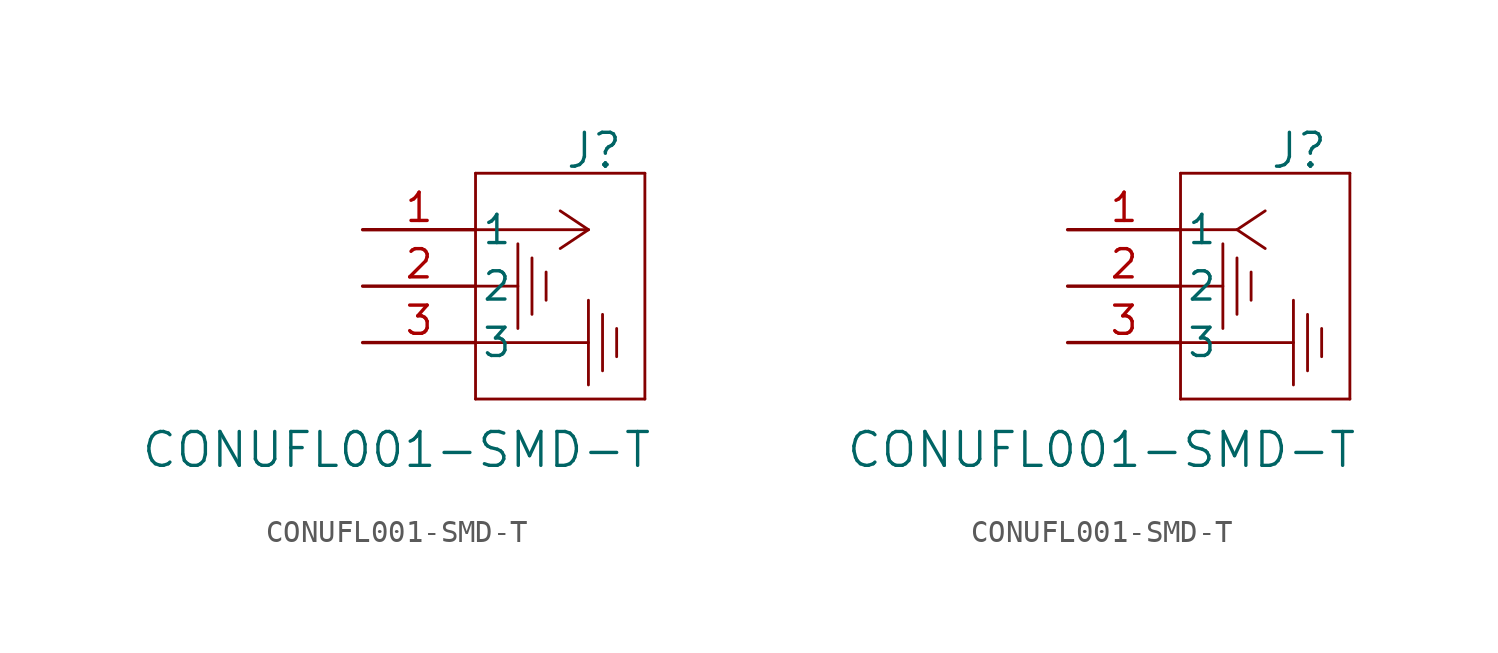
<source format=kicad_sym>
(kicad_symbol_lib
  (version 20231120)
  (generator "kicad_symbol_editor")
  (generator_version "8.0")
  (symbol "CONUFL001-SMD-T"
    (pin_names
      (offset 0.254))
    (property "Reference" "J"
      (at 10.414 3.556 0)
      (effects (font (size 1.524 1.524))))
    (property "Value" "CONUFL001-SMD-T"
      (at 1.524 -9.906 0)
      (effects (font (size 1.524 1.524))))
    (property "ki_locked" ""
      (at 0 0 0)
      (effects (font (size 1.27 1.27))))
    (symbol "CONUFL001-SMD-T_1_1"
      (polyline (pts (xy 5.08 -7.62) (xy 12.7 -7.62)) (stroke (width 0.127) (type default)) (fill (type none)))
      (polyline (pts (xy 5.08 -5.08) (xy 10.16 -5.08)) (stroke (width 0.127) (type default)) (fill (type none)))
      (polyline (pts (xy 5.08 -2.54) (xy 6.985 -2.54)) (stroke (width 0.127) (type default)) (fill (type none)))
      (polyline (pts (xy 5.08 2.54) (xy 5.08 -7.62)) (stroke (width 0.127) (type default)) (fill (type none)))
      (polyline (pts (xy 6.985 -0.635) (xy 6.985 -4.445)) (stroke (width 0.127) (type default)) (fill (type none)))
      (polyline (pts (xy 7.62 -1.27) (xy 7.62 -3.81)) (stroke (width 0.127) (type default)) (fill (type none)))
      (polyline (pts (xy 8.255 -1.905) (xy 8.255 -3.175)) (stroke (width 0.127) (type default)) (fill (type none)))
      (polyline (pts (xy 10.16 -3.175) (xy 10.16 -6.985)) (stroke (width 0.127) (type default)) (fill (type none)))
      (polyline (pts (xy 10.16 0) (xy 5.08 0)) (stroke (width 0.127) (type default)) (fill (type none)))
      (polyline (pts (xy 10.16 0) (xy 8.89 -0.847)) (stroke (width 0.127) (type default)) (fill (type none)))
      (polyline (pts (xy 10.16 0) (xy 8.89 0.847)) (stroke (width 0.127) (type default)) (fill (type none)))
      (polyline (pts (xy 10.795 -3.81) (xy 10.795 -6.35)) (stroke (width 0.127) (type default)) (fill (type none)))
      (polyline (pts (xy 11.43 -4.445) (xy 11.43 -5.715)) (stroke (width 0.127) (type default)) (fill (type none)))
      (polyline (pts (xy 12.7 -7.62) (xy 12.7 2.54)) (stroke (width 0.127) (type default)) (fill (type none)))
      (polyline (pts (xy 12.7 2.54) (xy 5.08 2.54)) (stroke (width 0.127) (type default)) (fill (type none)))
      (pin unspecified line (at 0 0 0) (length 5.08) (name "1" (effects (font (size 1.27 1.27)))) (number "1" (effects (font (size 1.27 1.27)))))
      (pin unspecified line (at 0 -2.54 0) (length 5.08) (name "2" (effects (font (size 1.27 1.27)))) (number "2" (effects (font (size 1.27 1.27)))))
      (pin unspecified line (at 0 -5.08 0) (length 5.08) (name "3" (effects (font (size 1.27 1.27)))) (number "3" (effects (font (size 1.27 1.27))))))
    (symbol "CONUFL001-SMD-T_1_2"
      (polyline (pts (xy 5.08 -7.62) (xy 12.7 -7.62)) (stroke (width 0.127) (type default)) (fill (type none)))
      (polyline (pts (xy 5.08 -5.08) (xy 10.16 -5.08)) (stroke (width 0.127) (type default)) (fill (type none)))
      (polyline (pts (xy 5.08 -2.54) (xy 6.985 -2.54)) (stroke (width 0.127) (type default)) (fill (type none)))
      (polyline (pts (xy 5.08 2.54) (xy 5.08 -7.62)) (stroke (width 0.127) (type default)) (fill (type none)))
      (polyline (pts (xy 6.985 -0.635) (xy 6.985 -4.445)) (stroke (width 0.127) (type default)) (fill (type none)))
      (polyline (pts (xy 7.62 -1.27) (xy 7.62 -3.81)) (stroke (width 0.127) (type default)) (fill (type none)))
      (polyline (pts (xy 7.62 0) (xy 5.08 0)) (stroke (width 0.127) (type default)) (fill (type none)))
      (polyline (pts (xy 7.62 0) (xy 8.89 -0.847)) (stroke (width 0.127) (type default)) (fill (type none)))
      (polyline (pts (xy 7.62 0) (xy 8.89 0.847)) (stroke (width 0.127) (type default)) (fill (type none)))
      (polyline (pts (xy 8.255 -1.905) (xy 8.255 -3.175)) (stroke (width 0.127) (type default)) (fill (type none)))
      (polyline (pts (xy 10.16 -3.175) (xy 10.16 -6.985)) (stroke (width 0.127) (type default)) (fill (type none)))
      (polyline (pts (xy 10.795 -3.81) (xy 10.795 -6.35)) (stroke (width 0.127) (type default)) (fill (type none)))
      (polyline (pts (xy 11.43 -4.445) (xy 11.43 -5.715)) (stroke (width 0.127) (type default)) (fill (type none)))
      (polyline (pts (xy 12.7 -7.62) (xy 12.7 2.54)) (stroke (width 0.127) (type default)) (fill (type none)))
      (polyline (pts (xy 12.7 2.54) (xy 5.08 2.54)) (stroke (width 0.127) (type default)) (fill (type none)))
      (pin unspecified line (at 0 0 0) (length 5.08) (name "1" (effects (font (size 1.27 1.27)))) (number "1" (effects (font (size 1.27 1.27)))))
      (pin unspecified line (at 0 -2.54 0) (length 5.08) (name "2" (effects (font (size 1.27 1.27)))) (number "2" (effects (font (size 1.27 1.27)))))
      (pin unspecified line (at 0 -5.08 0) (length 5.08) (name "3" (effects (font (size 1.27 1.27)))) (number "3" (effects (font (size 1.27 1.27))))))))
</source>
